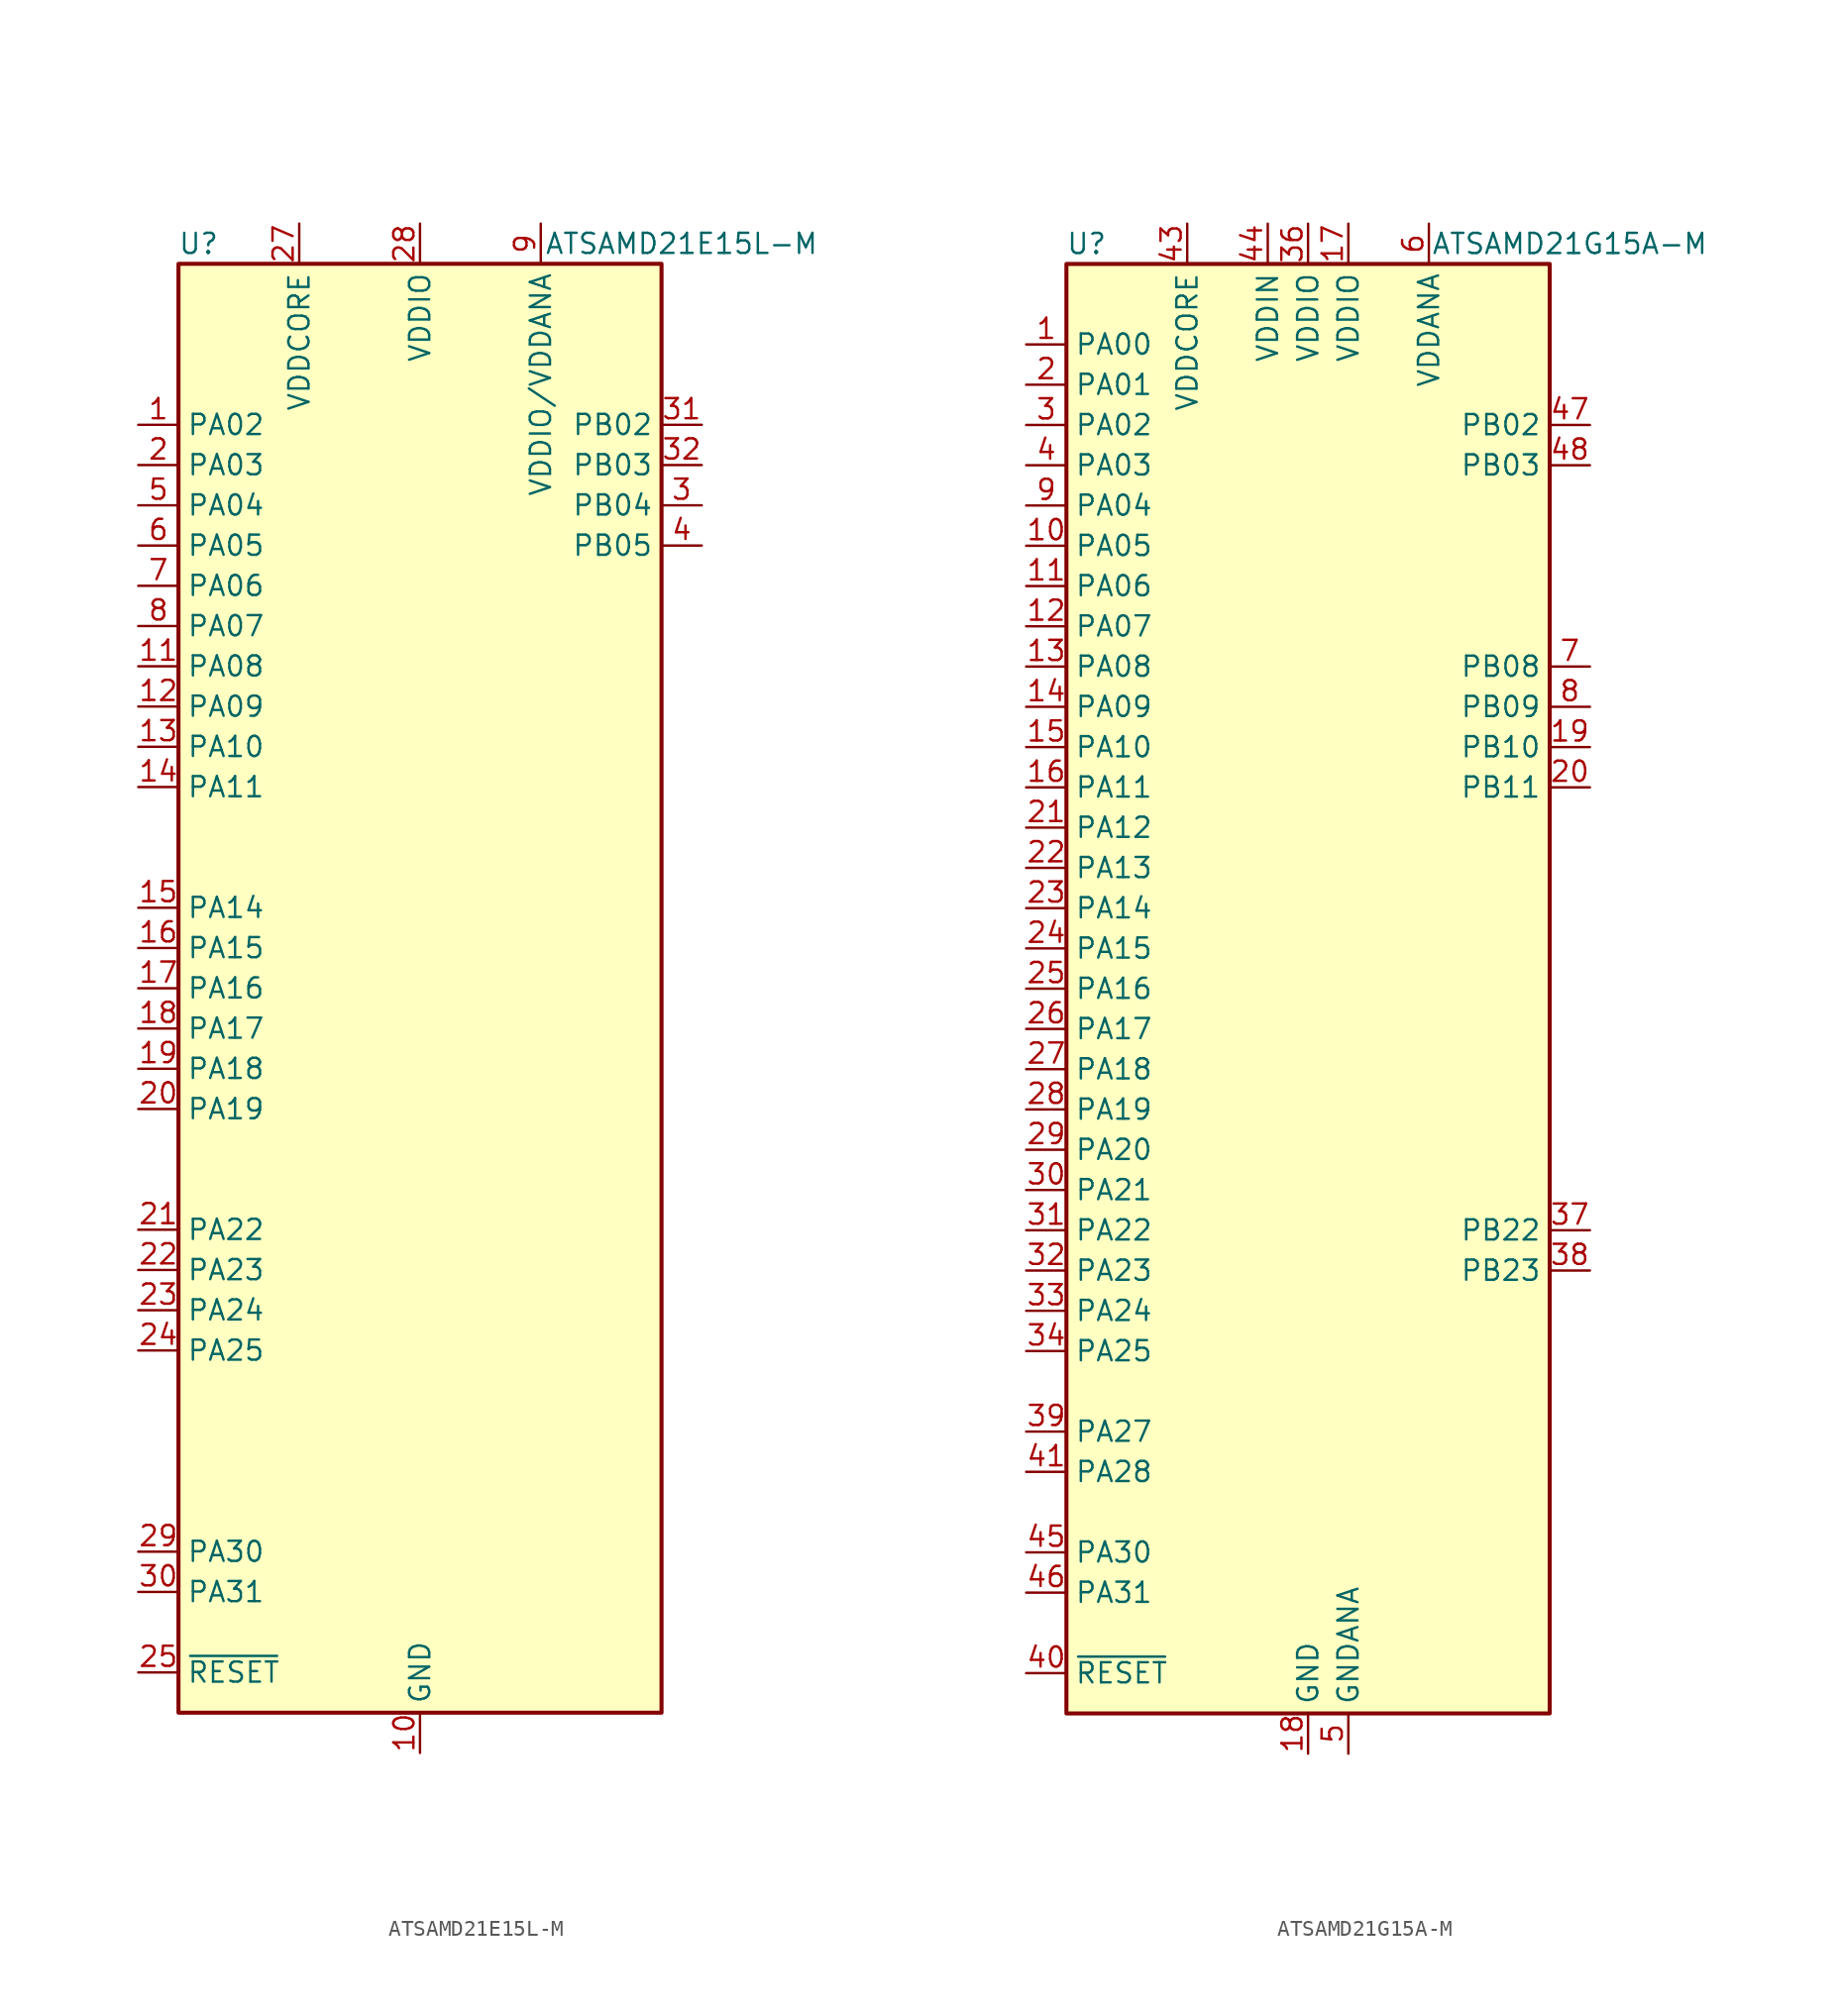
<source format=kicad_sym>
(kicad_symbol_lib
  (version 20201005)
  (generator kicad_symbol_editor)
  (symbol "ATSAMD21E15L-M"
    (property "Reference" "U"
      (at -13.97 46.99 0)
      (effects (font (size 1.27 1.27))))
    (property "Value" "ATSAMD21E15L-M"
      (at 16.51 46.99 0)
      (effects (font (size 1.27 1.27))))
    (symbol "ATSAMD21E15L-M_1_1"
      (rectangle (start -15.24 45.72) (end 15.24 -45.72) (stroke (width 0.254)) (fill (type background)))
      (pin bidirectional line (at -17.78 35.56 0) (length 2.54) (name "PA02" (effects (font (size 1.27 1.27)))) (number "1" (effects (font (size 1.27 1.27)))))
      (pin power_in line (at 0 -48.26 90) (length 2.54) (name "GND" (effects (font (size 1.27 1.27)))) (number "10" (effects (font (size 1.27 1.27)))))
      (pin bidirectional line (at -17.78 20.32 0) (length 2.54) (name "PA08" (effects (font (size 1.27 1.27)))) (number "11" (effects (font (size 1.27 1.27)))))
      (pin bidirectional line (at -17.78 17.78 0) (length 2.54) (name "PA09" (effects (font (size 1.27 1.27)))) (number "12" (effects (font (size 1.27 1.27)))))
      (pin bidirectional line (at -17.78 15.24 0) (length 2.54) (name "PA10" (effects (font (size 1.27 1.27)))) (number "13" (effects (font (size 1.27 1.27)))))
      (pin bidirectional line (at -17.78 12.7 0) (length 2.54) (name "PA11" (effects (font (size 1.27 1.27)))) (number "14" (effects (font (size 1.27 1.27)))))
      (pin bidirectional line (at -17.78 5.08 0) (length 2.54) (name "PA14" (effects (font (size 1.27 1.27)))) (number "15" (effects (font (size 1.27 1.27)))))
      (pin bidirectional line (at -17.78 2.54 0) (length 2.54) (name "PA15" (effects (font (size 1.27 1.27)))) (number "16" (effects (font (size 1.27 1.27)))))
      (pin bidirectional line (at -17.78 0 0) (length 2.54) (name "PA16" (effects (font (size 1.27 1.27)))) (number "17" (effects (font (size 1.27 1.27)))))
      (pin bidirectional line (at -17.78 -2.54 0) (length 2.54) (name "PA17" (effects (font (size 1.27 1.27)))) (number "18" (effects (font (size 1.27 1.27)))))
      (pin bidirectional line (at -17.78 -5.08 0) (length 2.54) (name "PA18" (effects (font (size 1.27 1.27)))) (number "19" (effects (font (size 1.27 1.27)))))
      (pin bidirectional line (at -17.78 33.02 0) (length 2.54) (name "PA03" (effects (font (size 1.27 1.27)))) (number "2" (effects (font (size 1.27 1.27)))))
      (pin bidirectional line (at -17.78 -7.62 0) (length 2.54) (name "PA19" (effects (font (size 1.27 1.27)))) (number "20" (effects (font (size 1.27 1.27)))))
      (pin bidirectional line (at -17.78 -15.24 0) (length 2.54) (name "PA22" (effects (font (size 1.27 1.27)))) (number "21" (effects (font (size 1.27 1.27)))))
      (pin bidirectional line (at -17.78 -17.78 0) (length 2.54) (name "PA23" (effects (font (size 1.27 1.27)))) (number "22" (effects (font (size 1.27 1.27)))))
      (pin bidirectional line (at -17.78 -20.32 0) (length 2.54) (name "PA24" (effects (font (size 1.27 1.27)))) (number "23" (effects (font (size 1.27 1.27)))))
      (pin bidirectional line (at -17.78 -22.86 0) (length 2.54) (name "PA25" (effects (font (size 1.27 1.27)))) (number "24" (effects (font (size 1.27 1.27)))))
      (pin input line (at -17.78 -43.18 0) (length 2.54) (name "~RESET" (effects (font (size 1.27 1.27)))) (number "25" (effects (font (size 1.27 1.27)))))
      (pin passive line (at 0 -48.26 90) (length 2.54) hide (name "GND" (effects (font (size 1.27 1.27)))) (number "26" (effects (font (size 1.27 1.27)))))
      (pin power_out line (at -7.62 48.26 270) (length 2.54) (name "VDDCORE" (effects (font (size 1.27 1.27)))) (number "27" (effects (font (size 1.27 1.27)))))
      (pin power_in line (at 0 48.26 270) (length 2.54) (name "VDDIO" (effects (font (size 1.27 1.27)))) (number "28" (effects (font (size 1.27 1.27)))))
      (pin bidirectional line (at -17.78 -35.56 0) (length 2.54) (name "PA30" (effects (font (size 1.27 1.27)))) (number "29" (effects (font (size 1.27 1.27)))))
      (pin bidirectional line (at 17.78 30.48 180) (length 2.54) (name "PB04" (effects (font (size 1.27 1.27)))) (number "3" (effects (font (size 1.27 1.27)))))
      (pin bidirectional line (at -17.78 -38.1 0) (length 2.54) (name "PA31" (effects (font (size 1.27 1.27)))) (number "30" (effects (font (size 1.27 1.27)))))
      (pin bidirectional line (at 17.78 35.56 180) (length 2.54) (name "PB02" (effects (font (size 1.27 1.27)))) (number "31" (effects (font (size 1.27 1.27)))))
      (pin bidirectional line (at 17.78 33.02 180) (length 2.54) (name "PB03" (effects (font (size 1.27 1.27)))) (number "32" (effects (font (size 1.27 1.27)))))
      (pin no_connect line (at 15.24 -43.18 180) (length 2.54) hide (name "EP" (effects (font (size 1.27 1.27)))) (number "33" (effects (font (size 1.27 1.27)))))
      (pin bidirectional line (at 17.78 27.94 180) (length 2.54) (name "PB05" (effects (font (size 1.27 1.27)))) (number "4" (effects (font (size 1.27 1.27)))))
      (pin bidirectional line (at -17.78 30.48 0) (length 2.54) (name "PA04" (effects (font (size 1.27 1.27)))) (number "5" (effects (font (size 1.27 1.27)))))
      (pin bidirectional line (at -17.78 27.94 0) (length 2.54) (name "PA05" (effects (font (size 1.27 1.27)))) (number "6" (effects (font (size 1.27 1.27)))))
      (pin bidirectional line (at -17.78 25.4 0) (length 2.54) (name "PA06" (effects (font (size 1.27 1.27)))) (number "7" (effects (font (size 1.27 1.27)))))
      (pin bidirectional line (at -17.78 22.86 0) (length 2.54) (name "PA07" (effects (font (size 1.27 1.27)))) (number "8" (effects (font (size 1.27 1.27)))))
      (pin power_in line (at 7.62 48.26 270) (length 2.54) (name "VDDIO/VDDANA" (effects (font (size 1.27 1.27)))) (number "9" (effects (font (size 1.27 1.27)))))))
  (symbol "ATSAMD21G15A-M"
    (property "Reference" "U"
      (at -13.97 46.99 0)
      (effects (font (size 1.27 1.27))))
    (property "Value" "ATSAMD21G15A-M"
      (at 16.51 46.99 0)
      (effects (font (size 1.27 1.27))))
    (symbol "ATSAMD21G15A-M_0_1"
      (rectangle (start -15.24 45.72) (end 15.24 -45.72) (stroke (width 0.254)) (fill (type background))))
    (symbol "ATSAMD21G15A-M_1_1"
      (pin bidirectional line (at -17.78 40.64 0) (length 2.54) (name "PA00" (effects (font (size 1.27 1.27)))) (number "1" (effects (font (size 1.27 1.27)))))
      (pin bidirectional line (at -17.78 27.94 0) (length 2.54) (name "PA05" (effects (font (size 1.27 1.27)))) (number "10" (effects (font (size 1.27 1.27)))))
      (pin bidirectional line (at -17.78 25.4 0) (length 2.54) (name "PA06" (effects (font (size 1.27 1.27)))) (number "11" (effects (font (size 1.27 1.27)))))
      (pin bidirectional line (at -17.78 22.86 0) (length 2.54) (name "PA07" (effects (font (size 1.27 1.27)))) (number "12" (effects (font (size 1.27 1.27)))))
      (pin bidirectional line (at -17.78 20.32 0) (length 2.54) (name "PA08" (effects (font (size 1.27 1.27)))) (number "13" (effects (font (size 1.27 1.27)))))
      (pin bidirectional line (at -17.78 17.78 0) (length 2.54) (name "PA09" (effects (font (size 1.27 1.27)))) (number "14" (effects (font (size 1.27 1.27)))))
      (pin bidirectional line (at -17.78 15.24 0) (length 2.54) (name "PA10" (effects (font (size 1.27 1.27)))) (number "15" (effects (font (size 1.27 1.27)))))
      (pin bidirectional line (at -17.78 12.7 0) (length 2.54) (name "PA11" (effects (font (size 1.27 1.27)))) (number "16" (effects (font (size 1.27 1.27)))))
      (pin power_in line (at 2.54 48.26 270) (length 2.54) (name "VDDIO" (effects (font (size 1.27 1.27)))) (number "17" (effects (font (size 1.27 1.27)))))
      (pin power_in line (at 0 -48.26 90) (length 2.54) (name "GND" (effects (font (size 1.27 1.27)))) (number "18" (effects (font (size 1.27 1.27)))))
      (pin bidirectional line (at 17.78 15.24 180) (length 2.54) (name "PB10" (effects (font (size 1.27 1.27)))) (number "19" (effects (font (size 1.27 1.27)))))
      (pin bidirectional line (at -17.78 38.1 0) (length 2.54) (name "PA01" (effects (font (size 1.27 1.27)))) (number "2" (effects (font (size 1.27 1.27)))))
      (pin bidirectional line (at 17.78 12.7 180) (length 2.54) (name "PB11" (effects (font (size 1.27 1.27)))) (number "20" (effects (font (size 1.27 1.27)))))
      (pin bidirectional line (at -17.78 10.16 0) (length 2.54) (name "PA12" (effects (font (size 1.27 1.27)))) (number "21" (effects (font (size 1.27 1.27)))))
      (pin bidirectional line (at -17.78 7.62 0) (length 2.54) (name "PA13" (effects (font (size 1.27 1.27)))) (number "22" (effects (font (size 1.27 1.27)))))
      (pin bidirectional line (at -17.78 5.08 0) (length 2.54) (name "PA14" (effects (font (size 1.27 1.27)))) (number "23" (effects (font (size 1.27 1.27)))))
      (pin bidirectional line (at -17.78 2.54 0) (length 2.54) (name "PA15" (effects (font (size 1.27 1.27)))) (number "24" (effects (font (size 1.27 1.27)))))
      (pin bidirectional line (at -17.78 0 0) (length 2.54) (name "PA16" (effects (font (size 1.27 1.27)))) (number "25" (effects (font (size 1.27 1.27)))))
      (pin bidirectional line (at -17.78 -2.54 0) (length 2.54) (name "PA17" (effects (font (size 1.27 1.27)))) (number "26" (effects (font (size 1.27 1.27)))))
      (pin bidirectional line (at -17.78 -5.08 0) (length 2.54) (name "PA18" (effects (font (size 1.27 1.27)))) (number "27" (effects (font (size 1.27 1.27)))))
      (pin bidirectional line (at -17.78 -7.62 0) (length 2.54) (name "PA19" (effects (font (size 1.27 1.27)))) (number "28" (effects (font (size 1.27 1.27)))))
      (pin bidirectional line (at -17.78 -10.16 0) (length 2.54) (name "PA20" (effects (font (size 1.27 1.27)))) (number "29" (effects (font (size 1.27 1.27)))))
      (pin bidirectional line (at -17.78 35.56 0) (length 2.54) (name "PA02" (effects (font (size 1.27 1.27)))) (number "3" (effects (font (size 1.27 1.27)))))
      (pin bidirectional line (at -17.78 -12.7 0) (length 2.54) (name "PA21" (effects (font (size 1.27 1.27)))) (number "30" (effects (font (size 1.27 1.27)))))
      (pin bidirectional line (at -17.78 -15.24 0) (length 2.54) (name "PA22" (effects (font (size 1.27 1.27)))) (number "31" (effects (font (size 1.27 1.27)))))
      (pin bidirectional line (at -17.78 -17.78 0) (length 2.54) (name "PA23" (effects (font (size 1.27 1.27)))) (number "32" (effects (font (size 1.27 1.27)))))
      (pin bidirectional line (at -17.78 -20.32 0) (length 2.54) (name "PA24" (effects (font (size 1.27 1.27)))) (number "33" (effects (font (size 1.27 1.27)))))
      (pin bidirectional line (at -17.78 -22.86 0) (length 2.54) (name "PA25" (effects (font (size 1.27 1.27)))) (number "34" (effects (font (size 1.27 1.27)))))
      (pin passive line (at 0 -48.26 90) (length 2.54) hide (name "GND" (effects (font (size 1.27 1.27)))) (number "35" (effects (font (size 1.27 1.27)))))
      (pin power_in line (at 0 48.26 270) (length 2.54) (name "VDDIO" (effects (font (size 1.27 1.27)))) (number "36" (effects (font (size 1.27 1.27)))))
      (pin bidirectional line (at 17.78 -15.24 180) (length 2.54) (name "PB22" (effects (font (size 1.27 1.27)))) (number "37" (effects (font (size 1.27 1.27)))))
      (pin bidirectional line (at 17.78 -17.78 180) (length 2.54) (name "PB23" (effects (font (size 1.27 1.27)))) (number "38" (effects (font (size 1.27 1.27)))))
      (pin bidirectional line (at -17.78 -27.94 0) (length 2.54) (name "PA27" (effects (font (size 1.27 1.27)))) (number "39" (effects (font (size 1.27 1.27)))))
      (pin bidirectional line (at -17.78 33.02 0) (length 2.54) (name "PA03" (effects (font (size 1.27 1.27)))) (number "4" (effects (font (size 1.27 1.27)))))
      (pin input line (at -17.78 -43.18 0) (length 2.54) (name "~RESET" (effects (font (size 1.27 1.27)))) (number "40" (effects (font (size 1.27 1.27)))))
      (pin bidirectional line (at -17.78 -30.48 0) (length 2.54) (name "PA28" (effects (font (size 1.27 1.27)))) (number "41" (effects (font (size 1.27 1.27)))))
      (pin passive line (at 0 -48.26 90) (length 2.54) hide (name "GND" (effects (font (size 1.27 1.27)))) (number "42" (effects (font (size 1.27 1.27)))))
      (pin power_out line (at -7.62 48.26 270) (length 2.54) (name "VDDCORE" (effects (font (size 1.27 1.27)))) (number "43" (effects (font (size 1.27 1.27)))))
      (pin power_in line (at -2.54 48.26 270) (length 2.54) (name "VDDIN" (effects (font (size 1.27 1.27)))) (number "44" (effects (font (size 1.27 1.27)))))
      (pin bidirectional line (at -17.78 -35.56 0) (length 2.54) (name "PA30" (effects (font (size 1.27 1.27)))) (number "45" (effects (font (size 1.27 1.27)))))
      (pin bidirectional line (at -17.78 -38.1 0) (length 2.54) (name "PA31" (effects (font (size 1.27 1.27)))) (number "46" (effects (font (size 1.27 1.27)))))
      (pin bidirectional line (at 17.78 35.56 180) (length 2.54) (name "PB02" (effects (font (size 1.27 1.27)))) (number "47" (effects (font (size 1.27 1.27)))))
      (pin bidirectional line (at 17.78 33.02 180) (length 2.54) (name "PB03" (effects (font (size 1.27 1.27)))) (number "48" (effects (font (size 1.27 1.27)))))
      (pin no_connect line (at 15.24 -43.18 180) (length 2.54) hide (name "EP" (effects (font (size 1.27 1.27)))) (number "49" (effects (font (size 1.27 1.27)))))
      (pin power_in line (at 2.54 -48.26 90) (length 2.54) (name "GNDANA" (effects (font (size 1.27 1.27)))) (number "5" (effects (font (size 1.27 1.27)))))
      (pin power_in line (at 7.62 48.26 270) (length 2.54) (name "VDDANA" (effects (font (size 1.27 1.27)))) (number "6" (effects (font (size 1.27 1.27)))))
      (pin bidirectional line (at 17.78 20.32 180) (length 2.54) (name "PB08" (effects (font (size 1.27 1.27)))) (number "7" (effects (font (size 1.27 1.27)))))
      (pin bidirectional line (at 17.78 17.78 180) (length 2.54) (name "PB09" (effects (font (size 1.27 1.27)))) (number "8" (effects (font (size 1.27 1.27)))))
      (pin bidirectional line (at -17.78 30.48 0) (length 2.54) (name "PA04" (effects (font (size 1.27 1.27)))) (number "9" (effects (font (size 1.27 1.27))))))))
</source>
